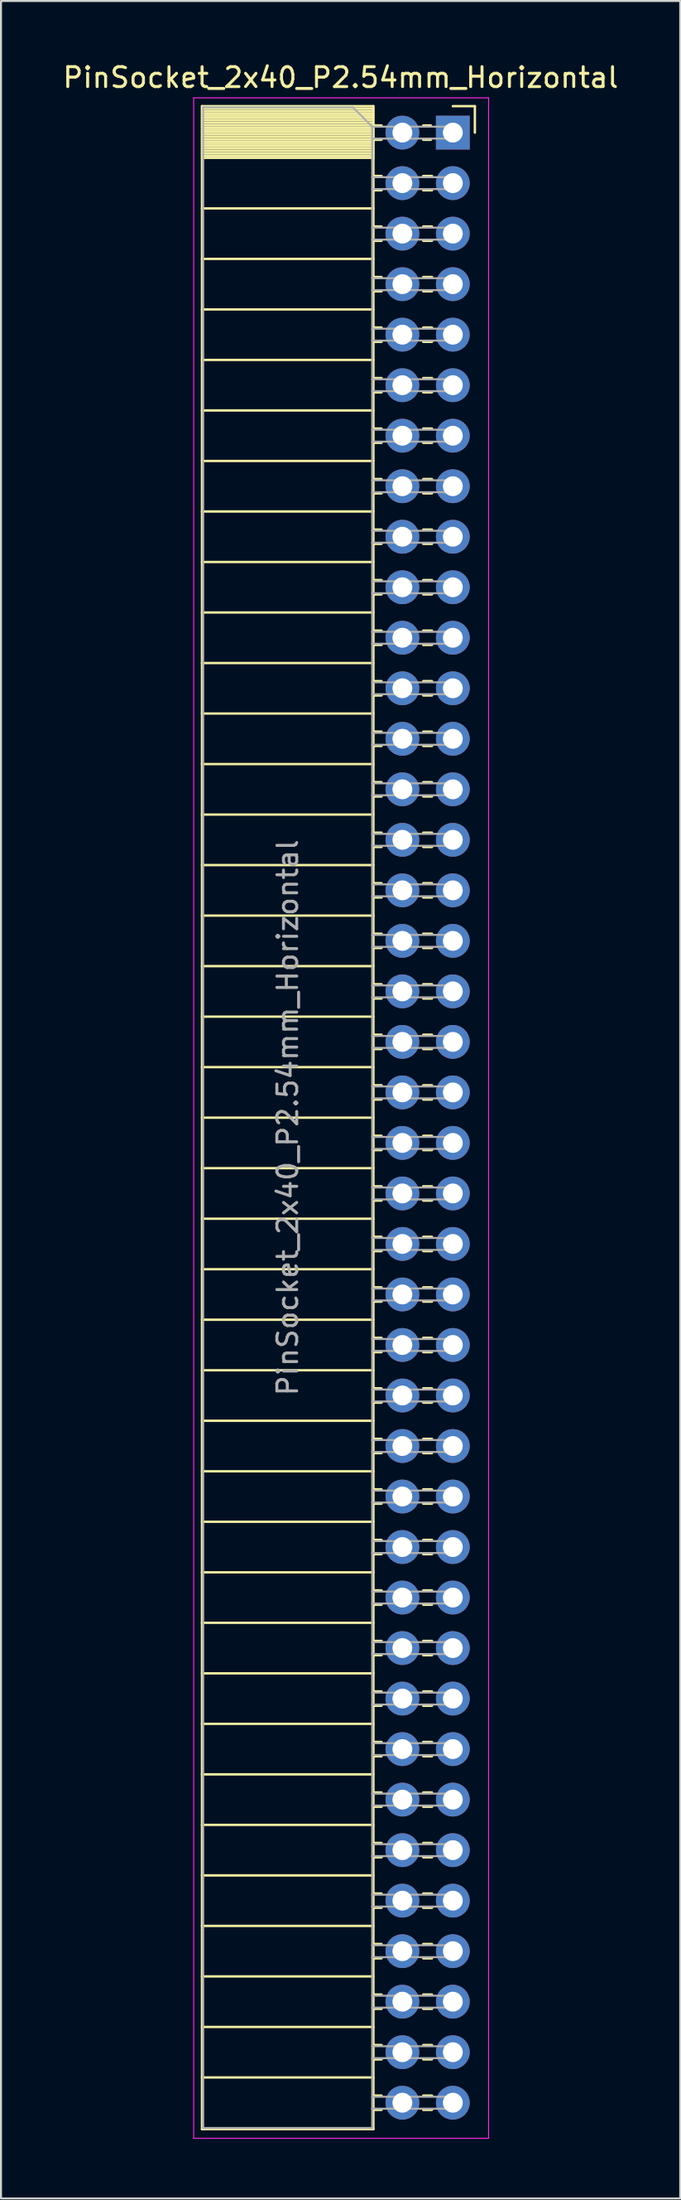
<source format=kicad_pcb>
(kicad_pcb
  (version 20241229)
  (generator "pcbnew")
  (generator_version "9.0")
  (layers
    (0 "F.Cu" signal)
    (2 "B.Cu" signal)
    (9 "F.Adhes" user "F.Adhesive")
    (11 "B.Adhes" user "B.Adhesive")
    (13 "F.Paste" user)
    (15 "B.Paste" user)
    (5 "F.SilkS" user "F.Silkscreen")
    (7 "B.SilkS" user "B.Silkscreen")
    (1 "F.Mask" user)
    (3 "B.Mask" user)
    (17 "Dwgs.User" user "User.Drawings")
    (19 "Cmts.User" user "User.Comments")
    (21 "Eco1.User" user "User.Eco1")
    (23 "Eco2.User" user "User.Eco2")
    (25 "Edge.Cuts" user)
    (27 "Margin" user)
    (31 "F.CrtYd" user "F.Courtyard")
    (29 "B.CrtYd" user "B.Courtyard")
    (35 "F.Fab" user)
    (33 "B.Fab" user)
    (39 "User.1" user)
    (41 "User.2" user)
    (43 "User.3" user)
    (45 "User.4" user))
  (footprint "PinSocket_2x40_P2.54mm_Horizontal"
    (layer "F.Cu")
    (at 19.751 3.618)
    (property "Reference" "PinSocket_2x40_P2.54mm_Horizontal" (at -5.65 -2.77 0) (layer "F.SilkS") (effects (font (size 1 1) (thickness 0.15))))
    (attr through_hole)
    (fp_line (start -12.63 -1.33) (end -12.63 100.39) (stroke (width 0.12) (type solid)) (layer "F.SilkS"))
    (fp_line (start -12.63 -1.33) (end -4 -1.33) (stroke (width 0.12) (type solid)) (layer "F.SilkS"))
    (fp_line (start -12.63 -1.21) (end -4 -1.21) (stroke (width 0.12) (type solid)) (layer "F.SilkS"))
    (fp_line (start -12.63 -1.092) (end -4 -1.092) (stroke (width 0.12) (type solid)) (layer "F.SilkS"))
    (fp_line (start -12.63 -0.974) (end -4 -0.974) (stroke (width 0.12) (type solid)) (layer "F.SilkS"))
    (fp_line (start -12.63 -0.856) (end -4 -0.856) (stroke (width 0.12) (type solid)) (layer "F.SilkS"))
    (fp_line (start -12.63 -0.738) (end -4 -0.738) (stroke (width 0.12) (type solid)) (layer "F.SilkS"))
    (fp_line (start -12.63 -0.62) (end -4 -0.62) (stroke (width 0.12) (type solid)) (layer "F.SilkS"))
    (fp_line (start -12.63 -0.501) (end -4 -0.501) (stroke (width 0.12) (type solid)) (layer "F.SilkS"))
    (fp_line (start -12.63 -0.383) (end -4 -0.383) (stroke (width 0.12) (type solid)) (layer "F.SilkS"))
    (fp_line (start -12.63 -0.265) (end -4 -0.265) (stroke (width 0.12) (type solid)) (layer "F.SilkS"))
    (fp_line (start -12.63 -0.147) (end -4 -0.147) (stroke (width 0.12) (type solid)) (layer "F.SilkS"))
    (fp_line (start -12.63 -0.029) (end -4 -0.029) (stroke (width 0.12) (type solid)) (layer "F.SilkS"))
    (fp_line (start -12.63 0.089) (end -4 0.089) (stroke (width 0.12) (type solid)) (layer "F.SilkS"))
    (fp_line (start -12.63 0.207) (end -4 0.207) (stroke (width 0.12) (type solid)) (layer "F.SilkS"))
    (fp_line (start -12.63 0.325) (end -4 0.325) (stroke (width 0.12) (type solid)) (layer "F.SilkS"))
    (fp_line (start -12.63 0.443) (end -4 0.443) (stroke (width 0.12) (type solid)) (layer "F.SilkS"))
    (fp_line (start -12.63 0.561) (end -4 0.561) (stroke (width 0.12) (type solid)) (layer "F.SilkS"))
    (fp_line (start -12.63 0.68) (end -4 0.68) (stroke (width 0.12) (type solid)) (layer "F.SilkS"))
    (fp_line (start -12.63 0.798) (end -4 0.798) (stroke (width 0.12) (type solid)) (layer "F.SilkS"))
    (fp_line (start -12.63 0.916) (end -4 0.916) (stroke (width 0.12) (type solid)) (layer "F.SilkS"))
    (fp_line (start -12.63 1.034) (end -4 1.034) (stroke (width 0.12) (type solid)) (layer "F.SilkS"))
    (fp_line (start -12.63 1.152) (end -4 1.152) (stroke (width 0.12) (type solid)) (layer "F.SilkS"))
    (fp_line (start -12.63 1.27) (end -4 1.27) (stroke (width 0.12) (type solid)) (layer "F.SilkS"))
    (fp_line (start -12.63 3.81) (end -4 3.81) (stroke (width 0.12) (type solid)) (layer "F.SilkS"))
    (fp_line (start -12.63 6.35) (end -4 6.35) (stroke (width 0.12) (type solid)) (layer "F.SilkS"))
    (fp_line (start -12.63 8.89) (end -4 8.89) (stroke (width 0.12) (type solid)) (layer "F.SilkS"))
    (fp_line (start -12.63 11.43) (end -4 11.43) (stroke (width 0.12) (type solid)) (layer "F.SilkS"))
    (fp_line (start -12.63 13.97) (end -4 13.97) (stroke (width 0.12) (type solid)) (layer "F.SilkS"))
    (fp_line (start -12.63 16.51) (end -4 16.51) (stroke (width 0.12) (type solid)) (layer "F.SilkS"))
    (fp_line (start -12.63 19.05) (end -4 19.05) (stroke (width 0.12) (type solid)) (layer "F.SilkS"))
    (fp_line (start -12.63 21.59) (end -4 21.59) (stroke (width 0.12) (type solid)) (layer "F.SilkS"))
    (fp_line (start -12.63 24.13) (end -4 24.13) (stroke (width 0.12) (type solid)) (layer "F.SilkS"))
    (fp_line (start -12.63 26.67) (end -4 26.67) (stroke (width 0.12) (type solid)) (layer "F.SilkS"))
    (fp_line (start -12.63 29.21) (end -4 29.21) (stroke (width 0.12) (type solid)) (layer "F.SilkS"))
    (fp_line (start -12.63 31.75) (end -4 31.75) (stroke (width 0.12) (type solid)) (layer "F.SilkS"))
    (fp_line (start -12.63 34.29) (end -4 34.29) (stroke (width 0.12) (type solid)) (layer "F.SilkS"))
    (fp_line (start -12.63 36.83) (end -4 36.83) (stroke (width 0.12) (type solid)) (layer "F.SilkS"))
    (fp_line (start -12.63 39.37) (end -4 39.37) (stroke (width 0.12) (type solid)) (layer "F.SilkS"))
    (fp_line (start -12.63 41.91) (end -4 41.91) (stroke (width 0.12) (type solid)) (layer "F.SilkS"))
    (fp_line (start -12.63 44.45) (end -4 44.45) (stroke (width 0.12) (type solid)) (layer "F.SilkS"))
    (fp_line (start -12.63 46.99) (end -4 46.99) (stroke (width 0.12) (type solid)) (layer "F.SilkS"))
    (fp_line (start -12.63 49.53) (end -4 49.53) (stroke (width 0.12) (type solid)) (layer "F.SilkS"))
    (fp_line (start -12.63 52.07) (end -4 52.07) (stroke (width 0.12) (type solid)) (layer "F.SilkS"))
    (fp_line (start -12.63 54.61) (end -4 54.61) (stroke (width 0.12) (type solid)) (layer "F.SilkS"))
    (fp_line (start -12.63 57.15) (end -4 57.15) (stroke (width 0.12) (type solid)) (layer "F.SilkS"))
    (fp_line (start -12.63 59.69) (end -4 59.69) (stroke (width 0.12) (type solid)) (layer "F.SilkS"))
    (fp_line (start -12.63 62.23) (end -4 62.23) (stroke (width 0.12) (type solid)) (layer "F.SilkS"))
    (fp_line (start -12.63 64.77) (end -4 64.77) (stroke (width 0.12) (type solid)) (layer "F.SilkS"))
    (fp_line (start -12.63 67.31) (end -4 67.31) (stroke (width 0.12) (type solid)) (layer "F.SilkS"))
    (fp_line (start -12.63 69.85) (end -4 69.85) (stroke (width 0.12) (type solid)) (layer "F.SilkS"))
    (fp_line (start -12.63 72.39) (end -4 72.39) (stroke (width 0.12) (type solid)) (layer "F.SilkS"))
    (fp_line (start -12.63 74.93) (end -4 74.93) (stroke (width 0.12) (type solid)) (layer "F.SilkS"))
    (fp_line (start -12.63 77.47) (end -4 77.47) (stroke (width 0.12) (type solid)) (layer "F.SilkS"))
    (fp_line (start -12.63 80.01) (end -4 80.01) (stroke (width 0.12) (type solid)) (layer "F.SilkS"))
    (fp_line (start -12.63 82.55) (end -4 82.55) (stroke (width 0.12) (type solid)) (layer "F.SilkS"))
    (fp_line (start -12.63 85.09) (end -4 85.09) (stroke (width 0.12) (type solid)) (layer "F.SilkS"))
    (fp_line (start -12.63 87.63) (end -4 87.63) (stroke (width 0.12) (type solid)) (layer "F.SilkS"))
    (fp_line (start -12.63 90.17) (end -4 90.17) (stroke (width 0.12) (type solid)) (layer "F.SilkS"))
    (fp_line (start -12.63 92.71) (end -4 92.71) (stroke (width 0.12) (type solid)) (layer "F.SilkS"))
    (fp_line (start -12.63 95.25) (end -4 95.25) (stroke (width 0.12) (type solid)) (layer "F.SilkS"))
    (fp_line (start -12.63 97.79) (end -4 97.79) (stroke (width 0.12) (type solid)) (layer "F.SilkS"))
    (fp_line (start -12.63 100.39) (end -4 100.39) (stroke (width 0.12) (type solid)) (layer "F.SilkS"))
    (fp_line (start -4 -1.33) (end -4 100.39) (stroke (width 0.12) (type solid)) (layer "F.SilkS"))
    (fp_line (start -4 -0.36) (end -3.59 -0.36) (stroke (width 0.12) (type solid)) (layer "F.SilkS"))
    (fp_line (start -4 0.36) (end -3.59 0.36) (stroke (width 0.12) (type solid)) (layer "F.SilkS"))
    (fp_line (start -4 2.18) (end -3.59 2.18) (stroke (width 0.12) (type solid)) (layer "F.SilkS"))
    (fp_line (start -4 2.9) (end -3.59 2.9) (stroke (width 0.12) (type solid)) (layer "F.SilkS"))
    (fp_line (start -4 4.72) (end -3.59 4.72) (stroke (width 0.12) (type solid)) (layer "F.SilkS"))
    (fp_line (start -4 5.44) (end -3.59 5.44) (stroke (width 0.12) (type solid)) (layer "F.SilkS"))
    (fp_line (start -4 7.26) (end -3.59 7.26) (stroke (width 0.12) (type solid)) (layer "F.SilkS"))
    (fp_line (start -4 7.98) (end -3.59 7.98) (stroke (width 0.12) (type solid)) (layer "F.SilkS"))
    (fp_line (start -4 9.8) (end -3.59 9.8) (stroke (width 0.12) (type solid)) (layer "F.SilkS"))
    (fp_line (start -4 10.52) (end -3.59 10.52) (stroke (width 0.12) (type solid)) (layer "F.SilkS"))
    (fp_line (start -4 12.34) (end -3.59 12.34) (stroke (width 0.12) (type solid)) (layer "F.SilkS"))
    (fp_line (start -4 13.06) (end -3.59 13.06) (stroke (width 0.12) (type solid)) (layer "F.SilkS"))
    (fp_line (start -4 14.88) (end -3.59 14.88) (stroke (width 0.12) (type solid)) (layer "F.SilkS"))
    (fp_line (start -4 15.6) (end -3.59 15.6) (stroke (width 0.12) (type solid)) (layer "F.SilkS"))
    (fp_line (start -4 17.42) (end -3.59 17.42) (stroke (width 0.12) (type solid)) (layer "F.SilkS"))
    (fp_line (start -4 18.14) (end -3.59 18.14) (stroke (width 0.12) (type solid)) (layer "F.SilkS"))
    (fp_line (start -4 19.96) (end -3.59 19.96) (stroke (width 0.12) (type solid)) (layer "F.SilkS"))
    (fp_line (start -4 20.68) (end -3.59 20.68) (stroke (width 0.12) (type solid)) (layer "F.SilkS"))
    (fp_line (start -4 22.5) (end -3.59 22.5) (stroke (width 0.12) (type solid)) (layer "F.SilkS"))
    (fp_line (start -4 23.22) (end -3.59 23.22) (stroke (width 0.12) (type solid)) (layer "F.SilkS"))
    (fp_line (start -4 25.04) (end -3.59 25.04) (stroke (width 0.12) (type solid)) (layer "F.SilkS"))
    (fp_line (start -4 25.76) (end -3.59 25.76) (stroke (width 0.12) (type solid)) (layer "F.SilkS"))
    (fp_line (start -4 27.58) (end -3.59 27.58) (stroke (width 0.12) (type solid)) (layer "F.SilkS"))
    (fp_line (start -4 28.3) (end -3.59 28.3) (stroke (width 0.12) (type solid)) (layer "F.SilkS"))
    (fp_line (start -4 30.12) (end -3.59 30.12) (stroke (width 0.12) (type solid)) (layer "F.SilkS"))
    (fp_line (start -4 30.84) (end -3.59 30.84) (stroke (width 0.12) (type solid)) (layer "F.SilkS"))
    (fp_line (start -4 32.66) (end -3.59 32.66) (stroke (width 0.12) (type solid)) (layer "F.SilkS"))
    (fp_line (start -4 33.38) (end -3.59 33.38) (stroke (width 0.12) (type solid)) (layer "F.SilkS"))
    (fp_line (start -4 35.2) (end -3.59 35.2) (stroke (width 0.12) (type solid)) (layer "F.SilkS"))
    (fp_line (start -4 35.92) (end -3.59 35.92) (stroke (width 0.12) (type solid)) (layer "F.SilkS"))
    (fp_line (start -4 37.74) (end -3.59 37.74) (stroke (width 0.12) (type solid)) (layer "F.SilkS"))
    (fp_line (start -4 38.46) (end -3.59 38.46) (stroke (width 0.12) (type solid)) (layer "F.SilkS"))
    (fp_line (start -4 40.28) (end -3.59 40.28) (stroke (width 0.12) (type solid)) (layer "F.SilkS"))
    (fp_line (start -4 41) (end -3.59 41) (stroke (width 0.12) (type solid)) (layer "F.SilkS"))
    (fp_line (start -4 42.82) (end -3.59 42.82) (stroke (width 0.12) (type solid)) (layer "F.SilkS"))
    (fp_line (start -4 43.54) (end -3.59 43.54) (stroke (width 0.12) (type solid)) (layer "F.SilkS"))
    (fp_line (start -4 45.36) (end -3.59 45.36) (stroke (width 0.12) (type solid)) (layer "F.SilkS"))
    (fp_line (start -4 46.08) (end -3.59 46.08) (stroke (width 0.12) (type solid)) (layer "F.SilkS"))
    (fp_line (start -4 47.9) (end -3.59 47.9) (stroke (width 0.12) (type solid)) (layer "F.SilkS"))
    (fp_line (start -4 48.62) (end -3.59 48.62) (stroke (width 0.12) (type solid)) (layer "F.SilkS"))
    (fp_line (start -4 50.44) (end -3.59 50.44) (stroke (width 0.12) (type solid)) (layer "F.SilkS"))
    (fp_line (start -4 51.16) (end -3.59 51.16) (stroke (width 0.12) (type solid)) (layer "F.SilkS"))
    (fp_line (start -4 52.98) (end -3.59 52.98) (stroke (width 0.12) (type solid)) (layer "F.SilkS"))
    (fp_line (start -4 53.7) (end -3.59 53.7) (stroke (width 0.12) (type solid)) (layer "F.SilkS"))
    (fp_line (start -4 55.52) (end -3.59 55.52) (stroke (width 0.12) (type solid)) (layer "F.SilkS"))
    (fp_line (start -4 56.24) (end -3.59 56.24) (stroke (width 0.12) (type solid)) (layer "F.SilkS"))
    (fp_line (start -4 58.06) (end -3.59 58.06) (stroke (width 0.12) (type solid)) (layer "F.SilkS"))
    (fp_line (start -4 58.78) (end -3.59 58.78) (stroke (width 0.12) (type solid)) (layer "F.SilkS"))
    (fp_line (start -4 60.6) (end -3.59 60.6) (stroke (width 0.12) (type solid)) (layer "F.SilkS"))
    (fp_line (start -4 61.32) (end -3.59 61.32) (stroke (width 0.12) (type solid)) (layer "F.SilkS"))
    (fp_line (start -4 63.14) (end -3.59 63.14) (stroke (width 0.12) (type solid)) (layer "F.SilkS"))
    (fp_line (start -4 63.86) (end -3.59 63.86) (stroke (width 0.12) (type solid)) (layer "F.SilkS"))
    (fp_line (start -4 65.68) (end -3.59 65.68) (stroke (width 0.12) (type solid)) (layer "F.SilkS"))
    (fp_line (start -4 66.4) (end -3.59 66.4) (stroke (width 0.12) (type solid)) (layer "F.SilkS"))
    (fp_line (start -4 68.22) (end -3.59 68.22) (stroke (width 0.12) (type solid)) (layer "F.SilkS"))
    (fp_line (start -4 68.94) (end -3.59 68.94) (stroke (width 0.12) (type solid)) (layer "F.SilkS"))
    (fp_line (start -4 70.76) (end -3.59 70.76) (stroke (width 0.12) (type solid)) (layer "F.SilkS"))
    (fp_line (start -4 71.48) (end -3.59 71.48) (stroke (width 0.12) (type solid)) (layer "F.SilkS"))
    (fp_line (start -4 73.3) (end -3.59 73.3) (stroke (width 0.12) (type solid)) (layer "F.SilkS"))
    (fp_line (start -4 74.02) (end -3.59 74.02) (stroke (width 0.12) (type solid)) (layer "F.SilkS"))
    (fp_line (start -4 75.84) (end -3.59 75.84) (stroke (width 0.12) (type solid)) (layer "F.SilkS"))
    (fp_line (start -4 76.56) (end -3.59 76.56) (stroke (width 0.12) (type solid)) (layer "F.SilkS"))
    (fp_line (start -4 78.38) (end -3.59 78.38) (stroke (width 0.12) (type solid)) (layer "F.SilkS"))
    (fp_line (start -4 79.1) (end -3.59 79.1) (stroke (width 0.12) (type solid)) (layer "F.SilkS"))
    (fp_line (start -4 80.92) (end -3.59 80.92) (stroke (width 0.12) (type solid)) (layer "F.SilkS"))
    (fp_line (start -4 81.64) (end -3.59 81.64) (stroke (width 0.12) (type solid)) (layer "F.SilkS"))
    (fp_line (start -4 83.46) (end -3.59 83.46) (stroke (width 0.12) (type solid)) (layer "F.SilkS"))
    (fp_line (start -4 84.18) (end -3.59 84.18) (stroke (width 0.12) (type solid)) (layer "F.SilkS"))
    (fp_line (start -4 86) (end -3.59 86) (stroke (width 0.12) (type solid)) (layer "F.SilkS"))
    (fp_line (start -4 86.72) (end -3.59 86.72) (stroke (width 0.12) (type solid)) (layer "F.SilkS"))
    (fp_line (start -4 88.54) (end -3.59 88.54) (stroke (width 0.12) (type solid)) (layer "F.SilkS"))
    (fp_line (start -4 89.26) (end -3.59 89.26) (stroke (width 0.12) (type solid)) (layer "F.SilkS"))
    (fp_line (start -4 91.08) (end -3.59 91.08) (stroke (width 0.12) (type solid)) (layer "F.SilkS"))
    (fp_line (start -4 91.8) (end -3.59 91.8) (stroke (width 0.12) (type solid)) (layer "F.SilkS"))
    (fp_line (start -4 93.62) (end -3.59 93.62) (stroke (width 0.12) (type solid)) (layer "F.SilkS"))
    (fp_line (start -4 94.34) (end -3.59 94.34) (stroke (width 0.12) (type solid)) (layer "F.SilkS"))
    (fp_line (start -4 96.16) (end -3.59 96.16) (stroke (width 0.12) (type solid)) (layer "F.SilkS"))
    (fp_line (start -4 96.88) (end -3.59 96.88) (stroke (width 0.12) (type solid)) (layer "F.SilkS"))
    (fp_line (start -4 98.7) (end -3.59 98.7) (stroke (width 0.12) (type solid)) (layer "F.SilkS"))
    (fp_line (start -4 99.42) (end -3.59 99.42) (stroke (width 0.12) (type solid)) (layer "F.SilkS"))
    (fp_line (start -1.49 -0.36) (end -1.11 -0.36) (stroke (width 0.12) (type solid)) (layer "F.SilkS"))
    (fp_line (start -1.49 0.36) (end -1.11 0.36) (stroke (width 0.12) (type solid)) (layer "F.SilkS"))
    (fp_line (start -1.49 2.18) (end -1.05 2.18) (stroke (width 0.12) (type solid)) (layer "F.SilkS"))
    (fp_line (start -1.49 2.9) (end -1.05 2.9) (stroke (width 0.12) (type solid)) (layer "F.SilkS"))
    (fp_line (start -1.49 4.72) (end -1.05 4.72) (stroke (width 0.12) (type solid)) (layer "F.SilkS"))
    (fp_line (start -1.49 5.44) (end -1.05 5.44) (stroke (width 0.12) (type solid)) (layer "F.SilkS"))
    (fp_line (start -1.49 7.26) (end -1.05 7.26) (stroke (width 0.12) (type solid)) (layer "F.SilkS"))
    (fp_line (start -1.49 7.98) (end -1.05 7.98) (stroke (width 0.12) (type solid)) (layer "F.SilkS"))
    (fp_line (start -1.49 9.8) (end -1.05 9.8) (stroke (width 0.12) (type solid)) (layer "F.SilkS"))
    (fp_line (start -1.49 10.52) (end -1.05 10.52) (stroke (width 0.12) (type solid)) (layer "F.SilkS"))
    (fp_line (start -1.49 12.34) (end -1.05 12.34) (stroke (width 0.12) (type solid)) (layer "F.SilkS"))
    (fp_line (start -1.49 13.06) (end -1.05 13.06) (stroke (width 0.12) (type solid)) (layer "F.SilkS"))
    (fp_line (start -1.49 14.88) (end -1.05 14.88) (stroke (width 0.12) (type solid)) (layer "F.SilkS"))
    (fp_line (start -1.49 15.6) (end -1.05 15.6) (stroke (width 0.12) (type solid)) (layer "F.SilkS"))
    (fp_line (start -1.49 17.42) (end -1.05 17.42) (stroke (width 0.12) (type solid)) (layer "F.SilkS"))
    (fp_line (start -1.49 18.14) (end -1.05 18.14) (stroke (width 0.12) (type solid)) (layer "F.SilkS"))
    (fp_line (start -1.49 19.96) (end -1.05 19.96) (stroke (width 0.12) (type solid)) (layer "F.SilkS"))
    (fp_line (start -1.49 20.68) (end -1.05 20.68) (stroke (width 0.12) (type solid)) (layer "F.SilkS"))
    (fp_line (start -1.49 22.5) (end -1.05 22.5) (stroke (width 0.12) (type solid)) (layer "F.SilkS"))
    (fp_line (start -1.49 23.22) (end -1.05 23.22) (stroke (width 0.12) (type solid)) (layer "F.SilkS"))
    (fp_line (start -1.49 25.04) (end -1.05 25.04) (stroke (width 0.12) (type solid)) (layer "F.SilkS"))
    (fp_line (start -1.49 25.76) (end -1.05 25.76) (stroke (width 0.12) (type solid)) (layer "F.SilkS"))
    (fp_line (start -1.49 27.58) (end -1.05 27.58) (stroke (width 0.12) (type solid)) (layer "F.SilkS"))
    (fp_line (start -1.49 28.3) (end -1.05 28.3) (stroke (width 0.12) (type solid)) (layer "F.SilkS"))
    (fp_line (start -1.49 30.12) (end -1.05 30.12) (stroke (width 0.12) (type solid)) (layer "F.SilkS"))
    (fp_line (start -1.49 30.84) (end -1.05 30.84) (stroke (width 0.12) (type solid)) (layer "F.SilkS"))
    (fp_line (start -1.49 32.66) (end -1.05 32.66) (stroke (width 0.12) (type solid)) (layer "F.SilkS"))
    (fp_line (start -1.49 33.38) (end -1.05 33.38) (stroke (width 0.12) (type solid)) (layer "F.SilkS"))
    (fp_line (start -1.49 35.2) (end -1.05 35.2) (stroke (width 0.12) (type solid)) (layer "F.SilkS"))
    (fp_line (start -1.49 35.92) (end -1.05 35.92) (stroke (width 0.12) (type solid)) (layer "F.SilkS"))
    (fp_line (start -1.49 37.74) (end -1.05 37.74) (stroke (width 0.12) (type solid)) (layer "F.SilkS"))
    (fp_line (start -1.49 38.46) (end -1.05 38.46) (stroke (width 0.12) (type solid)) (layer "F.SilkS"))
    (fp_line (start -1.49 40.28) (end -1.05 40.28) (stroke (width 0.12) (type solid)) (layer "F.SilkS"))
    (fp_line (start -1.49 41) (end -1.05 41) (stroke (width 0.12) (type solid)) (layer "F.SilkS"))
    (fp_line (start -1.49 42.82) (end -1.05 42.82) (stroke (width 0.12) (type solid)) (layer "F.SilkS"))
    (fp_line (start -1.49 43.54) (end -1.05 43.54) (stroke (width 0.12) (type solid)) (layer "F.SilkS"))
    (fp_line (start -1.49 45.36) (end -1.05 45.36) (stroke (width 0.12) (type solid)) (layer "F.SilkS"))
    (fp_line (start -1.49 46.08) (end -1.05 46.08) (stroke (width 0.12) (type solid)) (layer "F.SilkS"))
    (fp_line (start -1.49 47.9) (end -1.05 47.9) (stroke (width 0.12) (type solid)) (layer "F.SilkS"))
    (fp_line (start -1.49 48.62) (end -1.05 48.62) (stroke (width 0.12) (type solid)) (layer "F.SilkS"))
    (fp_line (start -1.49 50.44) (end -1.05 50.44) (stroke (width 0.12) (type solid)) (layer "F.SilkS"))
    (fp_line (start -1.49 51.16) (end -1.05 51.16) (stroke (width 0.12) (type solid)) (layer "F.SilkS"))
    (fp_line (start -1.49 52.98) (end -1.05 52.98) (stroke (width 0.12) (type solid)) (layer "F.SilkS"))
    (fp_line (start -1.49 53.7) (end -1.05 53.7) (stroke (width 0.12) (type solid)) (layer "F.SilkS"))
    (fp_line (start -1.49 55.52) (end -1.05 55.52) (stroke (width 0.12) (type solid)) (layer "F.SilkS"))
    (fp_line (start -1.49 56.24) (end -1.05 56.24) (stroke (width 0.12) (type solid)) (layer "F.SilkS"))
    (fp_line (start -1.49 58.06) (end -1.05 58.06) (stroke (width 0.12) (type solid)) (layer "F.SilkS"))
    (fp_line (start -1.49 58.78) (end -1.05 58.78) (stroke (width 0.12) (type solid)) (layer "F.SilkS"))
    (fp_line (start -1.49 60.6) (end -1.05 60.6) (stroke (width 0.12) (type solid)) (layer "F.SilkS"))
    (fp_line (start -1.49 61.32) (end -1.05 61.32) (stroke (width 0.12) (type solid)) (layer "F.SilkS"))
    (fp_line (start -1.49 63.14) (end -1.05 63.14) (stroke (width 0.12) (type solid)) (layer "F.SilkS"))
    (fp_line (start -1.49 63.86) (end -1.05 63.86) (stroke (width 0.12) (type solid)) (layer "F.SilkS"))
    (fp_line (start -1.49 65.68) (end -1.05 65.68) (stroke (width 0.12) (type solid)) (layer "F.SilkS"))
    (fp_line (start -1.49 66.4) (end -1.05 66.4) (stroke (width 0.12) (type solid)) (layer "F.SilkS"))
    (fp_line (start -1.49 68.22) (end -1.05 68.22) (stroke (width 0.12) (type solid)) (layer "F.SilkS"))
    (fp_line (start -1.49 68.94) (end -1.05 68.94) (stroke (width 0.12) (type solid)) (layer "F.SilkS"))
    (fp_line (start -1.49 70.76) (end -1.05 70.76) (stroke (width 0.12) (type solid)) (layer "F.SilkS"))
    (fp_line (start -1.49 71.48) (end -1.05 71.48) (stroke (width 0.12) (type solid)) (layer "F.SilkS"))
    (fp_line (start -1.49 73.3) (end -1.05 73.3) (stroke (width 0.12) (type solid)) (layer "F.SilkS"))
    (fp_line (start -1.49 74.02) (end -1.05 74.02) (stroke (width 0.12) (type solid)) (layer "F.SilkS"))
    (fp_line (start -1.49 75.84) (end -1.05 75.84) (stroke (width 0.12) (type solid)) (layer "F.SilkS"))
    (fp_line (start -1.49 76.56) (end -1.05 76.56) (stroke (width 0.12) (type solid)) (layer "F.SilkS"))
    (fp_line (start -1.49 78.38) (end -1.05 78.38) (stroke (width 0.12) (type solid)) (layer "F.SilkS"))
    (fp_line (start -1.49 79.1) (end -1.05 79.1) (stroke (width 0.12) (type solid)) (layer "F.SilkS"))
    (fp_line (start -1.49 80.92) (end -1.05 80.92) (stroke (width 0.12) (type solid)) (layer "F.SilkS"))
    (fp_line (start -1.49 81.64) (end -1.05 81.64) (stroke (width 0.12) (type solid)) (layer "F.SilkS"))
    (fp_line (start -1.49 83.46) (end -1.05 83.46) (stroke (width 0.12) (type solid)) (layer "F.SilkS"))
    (fp_line (start -1.49 84.18) (end -1.05 84.18) (stroke (width 0.12) (type solid)) (layer "F.SilkS"))
    (fp_line (start -1.49 86) (end -1.05 86) (stroke (width 0.12) (type solid)) (layer "F.SilkS"))
    (fp_line (start -1.49 86.72) (end -1.05 86.72) (stroke (width 0.12) (type solid)) (layer "F.SilkS"))
    (fp_line (start -1.49 88.54) (end -1.05 88.54) (stroke (width 0.12) (type solid)) (layer "F.SilkS"))
    (fp_line (start -1.49 89.26) (end -1.05 89.26) (stroke (width 0.12) (type solid)) (layer "F.SilkS"))
    (fp_line (start -1.49 91.08) (end -1.05 91.08) (stroke (width 0.12) (type solid)) (layer "F.SilkS"))
    (fp_line (start -1.49 91.8) (end -1.05 91.8) (stroke (width 0.12) (type solid)) (layer "F.SilkS"))
    (fp_line (start -1.49 93.62) (end -1.05 93.62) (stroke (width 0.12) (type solid)) (layer "F.SilkS"))
    (fp_line (start -1.49 94.34) (end -1.05 94.34) (stroke (width 0.12) (type solid)) (layer "F.SilkS"))
    (fp_line (start -1.49 96.16) (end -1.05 96.16) (stroke (width 0.12) (type solid)) (layer "F.SilkS"))
    (fp_line (start -1.49 96.88) (end -1.05 96.88) (stroke (width 0.12) (type solid)) (layer "F.SilkS"))
    (fp_line (start -1.49 98.7) (end -1.05 98.7) (stroke (width 0.12) (type solid)) (layer "F.SilkS"))
    (fp_line (start -1.49 99.42) (end -1.05 99.42) (stroke (width 0.12) (type solid)) (layer "F.SilkS"))
    (fp_line (start 0 -1.33) (end 1.11 -1.33) (stroke (width 0.12) (type solid)) (layer "F.SilkS"))
    (fp_line (start 1.11 -1.33) (end 1.11 0) (stroke (width 0.12) (type solid)) (layer "F.SilkS"))
    (fp_line (start -13.05 -1.75) (end -13.05 100.85) (stroke (width 0.05) (type solid)) (layer "F.CrtYd"))
    (fp_line (start -13.05 100.85) (end 1.8 100.85) (stroke (width 0.05) (type solid)) (layer "F.CrtYd"))
    (fp_line (start 1.8 -1.75) (end -13.05 -1.75) (stroke (width 0.05) (type solid)) (layer "F.CrtYd"))
    (fp_line (start 1.8 100.85) (end 1.8 -1.75) (stroke (width 0.05) (type solid)) (layer "F.CrtYd"))
    (fp_line (start -12.57 -1.27) (end -5.03 -1.27) (stroke (width 0.1) (type solid)) (layer "F.Fab"))
    (fp_line (start -12.57 100.33) (end -12.57 -1.27) (stroke (width 0.1) (type solid)) (layer "F.Fab"))
    (fp_line (start -5.03 -1.27) (end -4.06 -0.3) (stroke (width 0.1) (type solid)) (layer "F.Fab"))
    (fp_line (start -4.06 -0.3) (end -4.06 100.33) (stroke (width 0.1) (type solid)) (layer "F.Fab"))
    (fp_line (start -4.06 0.3) (end 0 0.3) (stroke (width 0.1) (type solid)) (layer "F.Fab"))
    (fp_line (start -4.06 2.84) (end 0 2.84) (stroke (width 0.1) (type solid)) (layer "F.Fab"))
    (fp_line (start -4.06 5.38) (end 0 5.38) (stroke (width 0.1) (type solid)) (layer "F.Fab"))
    (fp_line (start -4.06 7.92) (end 0 7.92) (stroke (width 0.1) (type solid)) (layer "F.Fab"))
    (fp_line (start -4.06 10.46) (end 0 10.46) (stroke (width 0.1) (type solid)) (layer "F.Fab"))
    (fp_line (start -4.06 13) (end 0 13) (stroke (width 0.1) (type solid)) (layer "F.Fab"))
    (fp_line (start -4.06 15.54) (end 0 15.54) (stroke (width 0.1) (type solid)) (layer "F.Fab"))
    (fp_line (start -4.06 18.08) (end 0 18.08) (stroke (width 0.1) (type solid)) (layer "F.Fab"))
    (fp_line (start -4.06 20.62) (end 0 20.62) (stroke (width 0.1) (type solid)) (layer "F.Fab"))
    (fp_line (start -4.06 23.16) (end 0 23.16) (stroke (width 0.1) (type solid)) (layer "F.Fab"))
    (fp_line (start -4.06 25.7) (end 0 25.7) (stroke (width 0.1) (type solid)) (layer "F.Fab"))
    (fp_line (start -4.06 28.24) (end 0 28.24) (stroke (width 0.1) (type solid)) (layer "F.Fab"))
    (fp_line (start -4.06 30.78) (end 0 30.78) (stroke (width 0.1) (type solid)) (layer "F.Fab"))
    (fp_line (start -4.06 33.32) (end 0 33.32) (stroke (width 0.1) (type solid)) (layer "F.Fab"))
    (fp_line (start -4.06 35.86) (end 0 35.86) (stroke (width 0.1) (type solid)) (layer "F.Fab"))
    (fp_line (start -4.06 38.4) (end 0 38.4) (stroke (width 0.1) (type solid)) (layer "F.Fab"))
    (fp_line (start -4.06 40.94) (end 0 40.94) (stroke (width 0.1) (type solid)) (layer "F.Fab"))
    (fp_line (start -4.06 43.48) (end 0 43.48) (stroke (width 0.1) (type solid)) (layer "F.Fab"))
    (fp_line (start -4.06 46.02) (end 0 46.02) (stroke (width 0.1) (type solid)) (layer "F.Fab"))
    (fp_line (start -4.06 48.56) (end 0 48.56) (stroke (width 0.1) (type solid)) (layer "F.Fab"))
    (fp_line (start -4.06 51.1) (end 0 51.1) (stroke (width 0.1) (type solid)) (layer "F.Fab"))
    (fp_line (start -4.06 53.64) (end 0 53.64) (stroke (width 0.1) (type solid)) (layer "F.Fab"))
    (fp_line (start -4.06 56.18) (end 0 56.18) (stroke (width 0.1) (type solid)) (layer "F.Fab"))
    (fp_line (start -4.06 58.72) (end 0 58.72) (stroke (width 0.1) (type solid)) (layer "F.Fab"))
    (fp_line (start -4.06 61.26) (end 0 61.26) (stroke (width 0.1) (type solid)) (layer "F.Fab"))
    (fp_line (start -4.06 63.8) (end 0 63.8) (stroke (width 0.1) (type solid)) (layer "F.Fab"))
    (fp_line (start -4.06 66.34) (end 0 66.34) (stroke (width 0.1) (type solid)) (layer "F.Fab"))
    (fp_line (start -4.06 68.88) (end 0 68.88) (stroke (width 0.1) (type solid)) (layer "F.Fab"))
    (fp_line (start -4.06 71.42) (end 0 71.42) (stroke (width 0.1) (type solid)) (layer "F.Fab"))
    (fp_line (start -4.06 73.96) (end 0 73.96) (stroke (width 0.1) (type solid)) (layer "F.Fab"))
    (fp_line (start -4.06 76.5) (end 0 76.5) (stroke (width 0.1) (type solid)) (layer "F.Fab"))
    (fp_line (start -4.06 79.04) (end 0 79.04) (stroke (width 0.1) (type solid)) (layer "F.Fab"))
    (fp_line (start -4.06 81.58) (end 0 81.58) (stroke (width 0.1) (type solid)) (layer "F.Fab"))
    (fp_line (start -4.06 84.12) (end 0 84.12) (stroke (width 0.1) (type solid)) (layer "F.Fab"))
    (fp_line (start -4.06 86.66) (end 0 86.66) (stroke (width 0.1) (type solid)) (layer "F.Fab"))
    (fp_line (start -4.06 89.2) (end 0 89.2) (stroke (width 0.1) (type solid)) (layer "F.Fab"))
    (fp_line (start -4.06 91.74) (end 0 91.74) (stroke (width 0.1) (type solid)) (layer "F.Fab"))
    (fp_line (start -4.06 94.28) (end 0 94.28) (stroke (width 0.1) (type solid)) (layer "F.Fab"))
    (fp_line (start -4.06 96.82) (end 0 96.82) (stroke (width 0.1) (type solid)) (layer "F.Fab"))
    (fp_line (start -4.06 99.36) (end 0 99.36) (stroke (width 0.1) (type solid)) (layer "F.Fab"))
    (fp_line (start -4.06 100.33) (end -12.57 100.33) (stroke (width 0.1) (type solid)) (layer "F.Fab"))
    (fp_line (start 0 -0.3) (end -4.06 -0.3) (stroke (width 0.1) (type solid)) (layer "F.Fab"))
    (fp_line (start 0 0.3) (end 0 -0.3) (stroke (width 0.1) (type solid)) (layer "F.Fab"))
    (fp_line (start 0 2.24) (end -4.06 2.24) (stroke (width 0.1) (type solid)) (layer "F.Fab"))
    (fp_line (start 0 2.84) (end 0 2.24) (stroke (width 0.1) (type solid)) (layer "F.Fab"))
    (fp_line (start 0 4.78) (end -4.06 4.78) (stroke (width 0.1) (type solid)) (layer "F.Fab"))
    (fp_line (start 0 5.38) (end 0 4.78) (stroke (width 0.1) (type solid)) (layer "F.Fab"))
    (fp_line (start 0 7.32) (end -4.06 7.32) (stroke (width 0.1) (type solid)) (layer "F.Fab"))
    (fp_line (start 0 7.92) (end 0 7.32) (stroke (width 0.1) (type solid)) (layer "F.Fab"))
    (fp_line (start 0 9.86) (end -4.06 9.86) (stroke (width 0.1) (type solid)) (layer "F.Fab"))
    (fp_line (start 0 10.46) (end 0 9.86) (stroke (width 0.1) (type solid)) (layer "F.Fab"))
    (fp_line (start 0 12.4) (end -4.06 12.4) (stroke (width 0.1) (type solid)) (layer "F.Fab"))
    (fp_line (start 0 13) (end 0 12.4) (stroke (width 0.1) (type solid)) (layer "F.Fab"))
    (fp_line (start 0 14.94) (end -4.06 14.94) (stroke (width 0.1) (type solid)) (layer "F.Fab"))
    (fp_line (start 0 15.54) (end 0 14.94) (stroke (width 0.1) (type solid)) (layer "F.Fab"))
    (fp_line (start 0 17.48) (end -4.06 17.48) (stroke (width 0.1) (type solid)) (layer "F.Fab"))
    (fp_line (start 0 18.08) (end 0 17.48) (stroke (width 0.1) (type solid)) (layer "F.Fab"))
    (fp_line (start 0 20.02) (end -4.06 20.02) (stroke (width 0.1) (type solid)) (layer "F.Fab"))
    (fp_line (start 0 20.62) (end 0 20.02) (stroke (width 0.1) (type solid)) (layer "F.Fab"))
    (fp_line (start 0 22.56) (end -4.06 22.56) (stroke (width 0.1) (type solid)) (layer "F.Fab"))
    (fp_line (start 0 23.16) (end 0 22.56) (stroke (width 0.1) (type solid)) (layer "F.Fab"))
    (fp_line (start 0 25.1) (end -4.06 25.1) (stroke (width 0.1) (type solid)) (layer "F.Fab"))
    (fp_line (start 0 25.7) (end 0 25.1) (stroke (width 0.1) (type solid)) (layer "F.Fab"))
    (fp_line (start 0 27.64) (end -4.06 27.64) (stroke (width 0.1) (type solid)) (layer "F.Fab"))
    (fp_line (start 0 28.24) (end 0 27.64) (stroke (width 0.1) (type solid)) (layer "F.Fab"))
    (fp_line (start 0 30.18) (end -4.06 30.18) (stroke (width 0.1) (type solid)) (layer "F.Fab"))
    (fp_line (start 0 30.78) (end 0 30.18) (stroke (width 0.1) (type solid)) (layer "F.Fab"))
    (fp_line (start 0 32.72) (end -4.06 32.72) (stroke (width 0.1) (type solid)) (layer "F.Fab"))
    (fp_line (start 0 33.32) (end 0 32.72) (stroke (width 0.1) (type solid)) (layer "F.Fab"))
    (fp_line (start 0 35.26) (end -4.06 35.26) (stroke (width 0.1) (type solid)) (layer "F.Fab"))
    (fp_line (start 0 35.86) (end 0 35.26) (stroke (width 0.1) (type solid)) (layer "F.Fab"))
    (fp_line (start 0 37.8) (end -4.06 37.8) (stroke (width 0.1) (type solid)) (layer "F.Fab"))
    (fp_line (start 0 38.4) (end 0 37.8) (stroke (width 0.1) (type solid)) (layer "F.Fab"))
    (fp_line (start 0 40.34) (end -4.06 40.34) (stroke (width 0.1) (type solid)) (layer "F.Fab"))
    (fp_line (start 0 40.94) (end 0 40.34) (stroke (width 0.1) (type solid)) (layer "F.Fab"))
    (fp_line (start 0 42.88) (end -4.06 42.88) (stroke (width 0.1) (type solid)) (layer "F.Fab"))
    (fp_line (start 0 43.48) (end 0 42.88) (stroke (width 0.1) (type solid)) (layer "F.Fab"))
    (fp_line (start 0 45.42) (end -4.06 45.42) (stroke (width 0.1) (type solid)) (layer "F.Fab"))
    (fp_line (start 0 46.02) (end 0 45.42) (stroke (width 0.1) (type solid)) (layer "F.Fab"))
    (fp_line (start 0 47.96) (end -4.06 47.96) (stroke (width 0.1) (type solid)) (layer "F.Fab"))
    (fp_line (start 0 48.56) (end 0 47.96) (stroke (width 0.1) (type solid)) (layer "F.Fab"))
    (fp_line (start 0 50.5) (end -4.06 50.5) (stroke (width 0.1) (type solid)) (layer "F.Fab"))
    (fp_line (start 0 51.1) (end 0 50.5) (stroke (width 0.1) (type solid)) (layer "F.Fab"))
    (fp_line (start 0 53.04) (end -4.06 53.04) (stroke (width 0.1) (type solid)) (layer "F.Fab"))
    (fp_line (start 0 53.64) (end 0 53.04) (stroke (width 0.1) (type solid)) (layer "F.Fab"))
    (fp_line (start 0 55.58) (end -4.06 55.58) (stroke (width 0.1) (type solid)) (layer "F.Fab"))
    (fp_line (start 0 56.18) (end 0 55.58) (stroke (width 0.1) (type solid)) (layer "F.Fab"))
    (fp_line (start 0 58.12) (end -4.06 58.12) (stroke (width 0.1) (type solid)) (layer "F.Fab"))
    (fp_line (start 0 58.72) (end 0 58.12) (stroke (width 0.1) (type solid)) (layer "F.Fab"))
    (fp_line (start 0 60.66) (end -4.06 60.66) (stroke (width 0.1) (type solid)) (layer "F.Fab"))
    (fp_line (start 0 61.26) (end 0 60.66) (stroke (width 0.1) (type solid)) (layer "F.Fab"))
    (fp_line (start 0 63.2) (end -4.06 63.2) (stroke (width 0.1) (type solid)) (layer "F.Fab"))
    (fp_line (start 0 63.8) (end 0 63.2) (stroke (width 0.1) (type solid)) (layer "F.Fab"))
    (fp_line (start 0 65.74) (end -4.06 65.74) (stroke (width 0.1) (type solid)) (layer "F.Fab"))
    (fp_line (start 0 66.34) (end 0 65.74) (stroke (width 0.1) (type solid)) (layer "F.Fab"))
    (fp_line (start 0 68.28) (end -4.06 68.28) (stroke (width 0.1) (type solid)) (layer "F.Fab"))
    (fp_line (start 0 68.88) (end 0 68.28) (stroke (width 0.1) (type solid)) (layer "F.Fab"))
    (fp_line (start 0 70.82) (end -4.06 70.82) (stroke (width 0.1) (type solid)) (layer "F.Fab"))
    (fp_line (start 0 71.42) (end 0 70.82) (stroke (width 0.1) (type solid)) (layer "F.Fab"))
    (fp_line (start 0 73.36) (end -4.06 73.36) (stroke (width 0.1) (type solid)) (layer "F.Fab"))
    (fp_line (start 0 73.96) (end 0 73.36) (stroke (width 0.1) (type solid)) (layer "F.Fab"))
    (fp_line (start 0 75.9) (end -4.06 75.9) (stroke (width 0.1) (type solid)) (layer "F.Fab"))
    (fp_line (start 0 76.5) (end 0 75.9) (stroke (width 0.1) (type solid)) (layer "F.Fab"))
    (fp_line (start 0 78.44) (end -4.06 78.44) (stroke (width 0.1) (type solid)) (layer "F.Fab"))
    (fp_line (start 0 79.04) (end 0 78.44) (stroke (width 0.1) (type solid)) (layer "F.Fab"))
    (fp_line (start 0 80.98) (end -4.06 80.98) (stroke (width 0.1) (type solid)) (layer "F.Fab"))
    (fp_line (start 0 81.58) (end 0 80.98) (stroke (width 0.1) (type solid)) (layer "F.Fab"))
    (fp_line (start 0 83.52) (end -4.06 83.52) (stroke (width 0.1) (type solid)) (layer "F.Fab"))
    (fp_line (start 0 84.12) (end 0 83.52) (stroke (width 0.1) (type solid)) (layer "F.Fab"))
    (fp_line (start 0 86.06) (end -4.06 86.06) (stroke (width 0.1) (type solid)) (layer "F.Fab"))
    (fp_line (start 0 86.66) (end 0 86.06) (stroke (width 0.1) (type solid)) (layer "F.Fab"))
    (fp_line (start 0 88.6) (end -4.06 88.6) (stroke (width 0.1) (type solid)) (layer "F.Fab"))
    (fp_line (start 0 89.2) (end 0 88.6) (stroke (width 0.1) (type solid)) (layer "F.Fab"))
    (fp_line (start 0 91.14) (end -4.06 91.14) (stroke (width 0.1) (type solid)) (layer "F.Fab"))
    (fp_line (start 0 91.74) (end 0 91.14) (stroke (width 0.1) (type solid)) (layer "F.Fab"))
    (fp_line (start 0 93.68) (end -4.06 93.68) (stroke (width 0.1) (type solid)) (layer "F.Fab"))
    (fp_line (start 0 94.28) (end 0 93.68) (stroke (width 0.1) (type solid)) (layer "F.Fab"))
    (fp_line (start 0 96.22) (end -4.06 96.22) (stroke (width 0.1) (type solid)) (layer "F.Fab"))
    (fp_line (start 0 96.82) (end 0 96.22) (stroke (width 0.1) (type solid)) (layer "F.Fab"))
    (fp_line (start 0 98.76) (end -4.06 98.76) (stroke (width 0.1) (type solid)) (layer "F.Fab"))
    (fp_line (start 0 99.36) (end 0 98.76) (stroke (width 0.1) (type solid)) (layer "F.Fab"))
    (fp_text user "${REFERENCE}" (at -8.315 49.53 90) (layer "F.Fab") (effects (font (size 1 1) (thickness 0.15))))
    (pad "1" thru_hole rect (at 0 0) (size 1.7 1.7) (drill 1) (layers "*.Cu" "*.Mask"))
    (pad "2" thru_hole oval (at -2.54 0) (size 1.7 1.7) (drill 1) (layers "*.Cu" "*.Mask"))
    (pad "3" thru_hole oval (at 0 2.54) (size 1.7 1.7) (drill 1) (layers "*.Cu" "*.Mask"))
    (pad "4" thru_hole oval (at -2.54 2.54) (size 1.7 1.7) (drill 1) (layers "*.Cu" "*.Mask"))
    (pad "5" thru_hole oval (at 0 5.08) (size 1.7 1.7) (drill 1) (layers "*.Cu" "*.Mask"))
    (pad "6" thru_hole oval (at -2.54 5.08) (size 1.7 1.7) (drill 1) (layers "*.Cu" "*.Mask"))
    (pad "7" thru_hole oval (at 0 7.62) (size 1.7 1.7) (drill 1) (layers "*.Cu" "*.Mask"))
    (pad "8" thru_hole oval (at -2.54 7.62) (size 1.7 1.7) (drill 1) (layers "*.Cu" "*.Mask"))
    (pad "9" thru_hole oval (at 0 10.16) (size 1.7 1.7) (drill 1) (layers "*.Cu" "*.Mask"))
    (pad "10" thru_hole oval (at -2.54 10.16) (size 1.7 1.7) (drill 1) (layers "*.Cu" "*.Mask"))
    (pad "11" thru_hole oval (at 0 12.7) (size 1.7 1.7) (drill 1) (layers "*.Cu" "*.Mask"))
    (pad "12" thru_hole oval (at -2.54 12.7) (size 1.7 1.7) (drill 1) (layers "*.Cu" "*.Mask"))
    (pad "13" thru_hole oval (at 0 15.24) (size 1.7 1.7) (drill 1) (layers "*.Cu" "*.Mask"))
    (pad "14" thru_hole oval (at -2.54 15.24) (size 1.7 1.7) (drill 1) (layers "*.Cu" "*.Mask"))
    (pad "15" thru_hole oval (at 0 17.78) (size 1.7 1.7) (drill 1) (layers "*.Cu" "*.Mask"))
    (pad "16" thru_hole oval (at -2.54 17.78) (size 1.7 1.7) (drill 1) (layers "*.Cu" "*.Mask"))
    (pad "17" thru_hole oval (at 0 20.32) (size 1.7 1.7) (drill 1) (layers "*.Cu" "*.Mask"))
    (pad "18" thru_hole oval (at -2.54 20.32) (size 1.7 1.7) (drill 1) (layers "*.Cu" "*.Mask"))
    (pad "19" thru_hole oval (at 0 22.86) (size 1.7 1.7) (drill 1) (layers "*.Cu" "*.Mask"))
    (pad "20" thru_hole oval (at -2.54 22.86) (size 1.7 1.7) (drill 1) (layers "*.Cu" "*.Mask"))
    (pad "21" thru_hole oval (at 0 25.4) (size 1.7 1.7) (drill 1) (layers "*.Cu" "*.Mask"))
    (pad "22" thru_hole oval (at -2.54 25.4) (size 1.7 1.7) (drill 1) (layers "*.Cu" "*.Mask"))
    (pad "23" thru_hole oval (at 0 27.94) (size 1.7 1.7) (drill 1) (layers "*.Cu" "*.Mask"))
    (pad "24" thru_hole oval (at -2.54 27.94) (size 1.7 1.7) (drill 1) (layers "*.Cu" "*.Mask"))
    (pad "25" thru_hole oval (at 0 30.48) (size 1.7 1.7) (drill 1) (layers "*.Cu" "*.Mask"))
    (pad "26" thru_hole oval (at -2.54 30.48) (size 1.7 1.7) (drill 1) (layers "*.Cu" "*.Mask"))
    (pad "27" thru_hole oval (at 0 33.02) (size 1.7 1.7) (drill 1) (layers "*.Cu" "*.Mask"))
    (pad "28" thru_hole oval (at -2.54 33.02) (size 1.7 1.7) (drill 1) (layers "*.Cu" "*.Mask"))
    (pad "29" thru_hole oval (at 0 35.56) (size 1.7 1.7) (drill 1) (layers "*.Cu" "*.Mask"))
    (pad "30" thru_hole oval (at -2.54 35.56) (size 1.7 1.7) (drill 1) (layers "*.Cu" "*.Mask"))
    (pad "31" thru_hole oval (at 0 38.1) (size 1.7 1.7) (drill 1) (layers "*.Cu" "*.Mask"))
    (pad "32" thru_hole oval (at -2.54 38.1) (size 1.7 1.7) (drill 1) (layers "*.Cu" "*.Mask"))
    (pad "33" thru_hole oval (at 0 40.64) (size 1.7 1.7) (drill 1) (layers "*.Cu" "*.Mask"))
    (pad "34" thru_hole oval (at -2.54 40.64) (size 1.7 1.7) (drill 1) (layers "*.Cu" "*.Mask"))
    (pad "35" thru_hole oval (at 0 43.18) (size 1.7 1.7) (drill 1) (layers "*.Cu" "*.Mask"))
    (pad "36" thru_hole oval (at -2.54 43.18) (size 1.7 1.7) (drill 1) (layers "*.Cu" "*.Mask"))
    (pad "37" thru_hole oval (at 0 45.72) (size 1.7 1.7) (drill 1) (layers "*.Cu" "*.Mask"))
    (pad "38" thru_hole oval (at -2.54 45.72) (size 1.7 1.7) (drill 1) (layers "*.Cu" "*.Mask"))
    (pad "39" thru_hole oval (at 0 48.26) (size 1.7 1.7) (drill 1) (layers "*.Cu" "*.Mask"))
    (pad "40" thru_hole oval (at -2.54 48.26) (size 1.7 1.7) (drill 1) (layers "*.Cu" "*.Mask"))
    (pad "41" thru_hole oval (at 0 50.8) (size 1.7 1.7) (drill 1) (layers "*.Cu" "*.Mask"))
    (pad "42" thru_hole oval (at -2.54 50.8) (size 1.7 1.7) (drill 1) (layers "*.Cu" "*.Mask"))
    (pad "43" thru_hole oval (at 0 53.34) (size 1.7 1.7) (drill 1) (layers "*.Cu" "*.Mask"))
    (pad "44" thru_hole oval (at -2.54 53.34) (size 1.7 1.7) (drill 1) (layers "*.Cu" "*.Mask"))
    (pad "45" thru_hole oval (at 0 55.88) (size 1.7 1.7) (drill 1) (layers "*.Cu" "*.Mask"))
    (pad "46" thru_hole oval (at -2.54 55.88) (size 1.7 1.7) (drill 1) (layers "*.Cu" "*.Mask"))
    (pad "47" thru_hole oval (at 0 58.42) (size 1.7 1.7) (drill 1) (layers "*.Cu" "*.Mask"))
    (pad "48" thru_hole oval (at -2.54 58.42) (size 1.7 1.7) (drill 1) (layers "*.Cu" "*.Mask"))
    (pad "49" thru_hole oval (at 0 60.96) (size 1.7 1.7) (drill 1) (layers "*.Cu" "*.Mask"))
    (pad "50" thru_hole oval (at -2.54 60.96) (size 1.7 1.7) (drill 1) (layers "*.Cu" "*.Mask"))
    (pad "51" thru_hole oval (at 0 63.5) (size 1.7 1.7) (drill 1) (layers "*.Cu" "*.Mask"))
    (pad "52" thru_hole oval (at -2.54 63.5) (size 1.7 1.7) (drill 1) (layers "*.Cu" "*.Mask"))
    (pad "53" thru_hole oval (at 0 66.04) (size 1.7 1.7) (drill 1) (layers "*.Cu" "*.Mask"))
    (pad "54" thru_hole oval (at -2.54 66.04) (size 1.7 1.7) (drill 1) (layers "*.Cu" "*.Mask"))
    (pad "55" thru_hole oval (at 0 68.58) (size 1.7 1.7) (drill 1) (layers "*.Cu" "*.Mask"))
    (pad "56" thru_hole oval (at -2.54 68.58) (size 1.7 1.7) (drill 1) (layers "*.Cu" "*.Mask"))
    (pad "57" thru_hole oval (at 0 71.12) (size 1.7 1.7) (drill 1) (layers "*.Cu" "*.Mask"))
    (pad "58" thru_hole oval (at -2.54 71.12) (size 1.7 1.7) (drill 1) (layers "*.Cu" "*.Mask"))
    (pad "59" thru_hole oval (at 0 73.66) (size 1.7 1.7) (drill 1) (layers "*.Cu" "*.Mask"))
    (pad "60" thru_hole oval (at -2.54 73.66) (size 1.7 1.7) (drill 1) (layers "*.Cu" "*.Mask"))
    (pad "61" thru_hole oval (at 0 76.2) (size 1.7 1.7) (drill 1) (layers "*.Cu" "*.Mask"))
    (pad "62" thru_hole oval (at -2.54 76.2) (size 1.7 1.7) (drill 1) (layers "*.Cu" "*.Mask"))
    (pad "63" thru_hole oval (at 0 78.74) (size 1.7 1.7) (drill 1) (layers "*.Cu" "*.Mask"))
    (pad "64" thru_hole oval (at -2.54 78.74) (size 1.7 1.7) (drill 1) (layers "*.Cu" "*.Mask"))
    (pad "65" thru_hole oval (at 0 81.28) (size 1.7 1.7) (drill 1) (layers "*.Cu" "*.Mask"))
    (pad "66" thru_hole oval (at -2.54 81.28) (size 1.7 1.7) (drill 1) (layers "*.Cu" "*.Mask"))
    (pad "67" thru_hole oval (at 0 83.82) (size 1.7 1.7) (drill 1) (layers "*.Cu" "*.Mask"))
    (pad "68" thru_hole oval (at -2.54 83.82) (size 1.7 1.7) (drill 1) (layers "*.Cu" "*.Mask"))
    (pad "69" thru_hole oval (at 0 86.36) (size 1.7 1.7) (drill 1) (layers "*.Cu" "*.Mask"))
    (pad "70" thru_hole oval (at -2.54 86.36) (size 1.7 1.7) (drill 1) (layers "*.Cu" "*.Mask"))
    (pad "71" thru_hole oval (at 0 88.9) (size 1.7 1.7) (drill 1) (layers "*.Cu" "*.Mask"))
    (pad "72" thru_hole oval (at -2.54 88.9) (size 1.7 1.7) (drill 1) (layers "*.Cu" "*.Mask"))
    (pad "73" thru_hole oval (at 0 91.44) (size 1.7 1.7) (drill 1) (layers "*.Cu" "*.Mask"))
    (pad "74" thru_hole oval (at -2.54 91.44) (size 1.7 1.7) (drill 1) (layers "*.Cu" "*.Mask"))
    (pad "75" thru_hole oval (at 0 93.98) (size 1.7 1.7) (drill 1) (layers "*.Cu" "*.Mask"))
    (pad "76" thru_hole oval (at -2.54 93.98) (size 1.7 1.7) (drill 1) (layers "*.Cu" "*.Mask"))
    (pad "77" thru_hole oval (at 0 96.52) (size 1.7 1.7) (drill 1) (layers "*.Cu" "*.Mask"))
    (pad "78" thru_hole oval (at -2.54 96.52) (size 1.7 1.7) (drill 1) (layers "*.Cu" "*.Mask"))
    (pad "79" thru_hole oval (at 0 99.06) (size 1.7 1.7) (drill 1) (layers "*.Cu" "*.Mask"))
    (pad "80" thru_hole oval (at -2.54 99.06) (size 1.7 1.7) (drill 1) (layers "*.Cu" "*.Mask")))
  (gr_rect
    (start -3 -3)
    (end 31.202 107.493)
    (stroke (width 0.1) (type default))
    (fill no)
    (layer "Edge.Cuts")))
</source>
